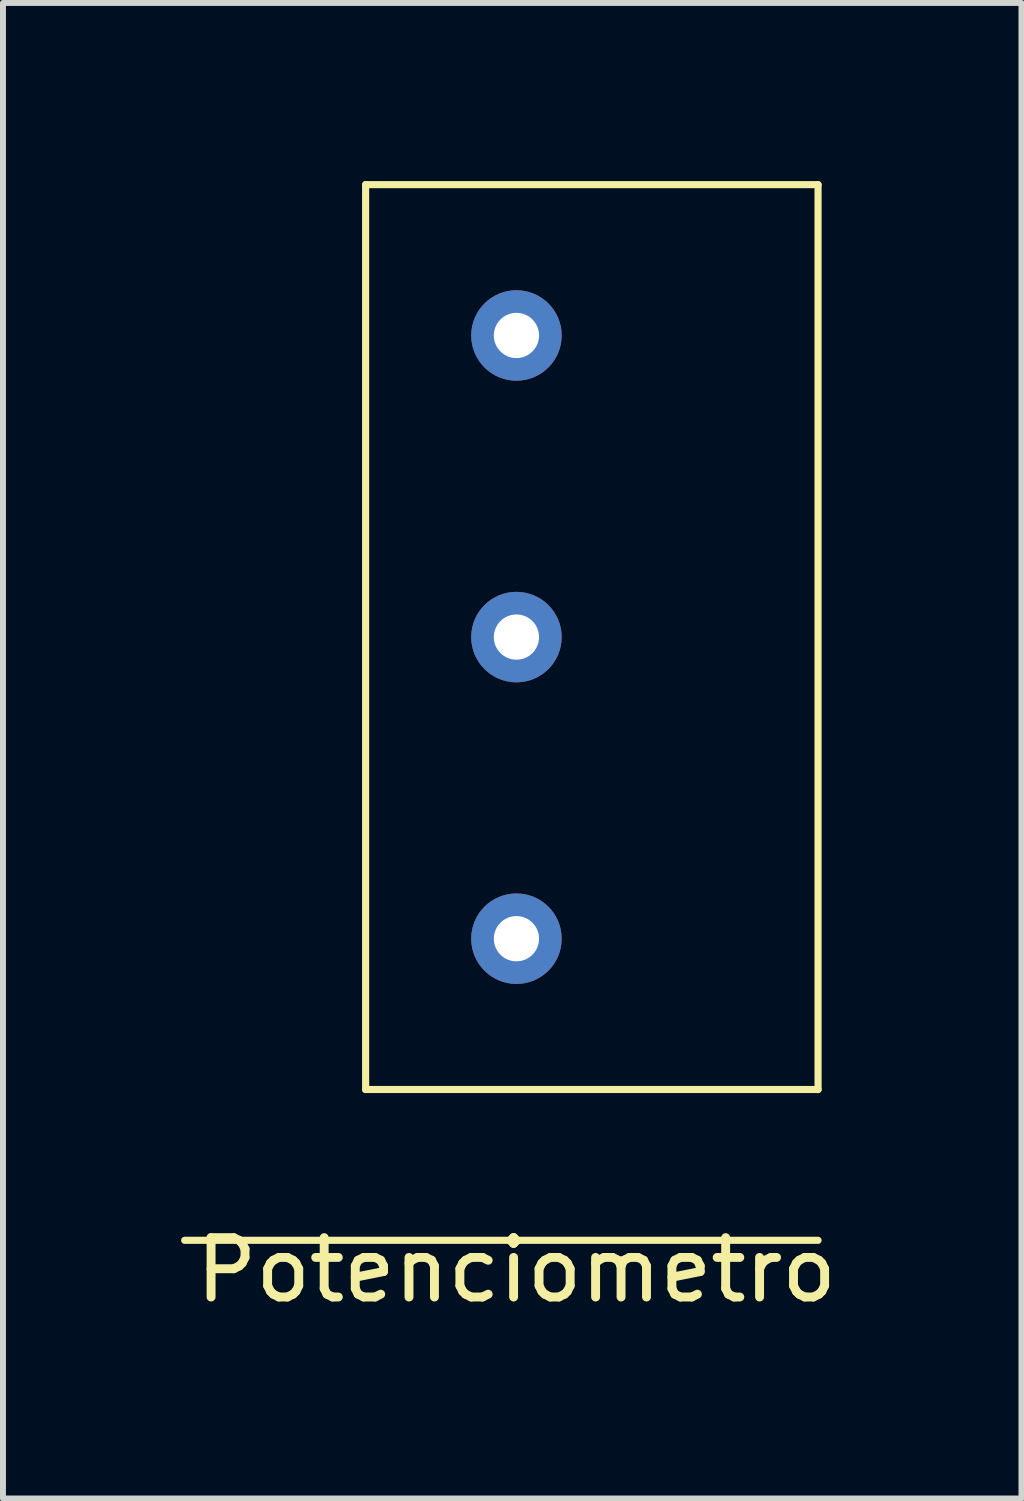
<source format=kicad_pcb>
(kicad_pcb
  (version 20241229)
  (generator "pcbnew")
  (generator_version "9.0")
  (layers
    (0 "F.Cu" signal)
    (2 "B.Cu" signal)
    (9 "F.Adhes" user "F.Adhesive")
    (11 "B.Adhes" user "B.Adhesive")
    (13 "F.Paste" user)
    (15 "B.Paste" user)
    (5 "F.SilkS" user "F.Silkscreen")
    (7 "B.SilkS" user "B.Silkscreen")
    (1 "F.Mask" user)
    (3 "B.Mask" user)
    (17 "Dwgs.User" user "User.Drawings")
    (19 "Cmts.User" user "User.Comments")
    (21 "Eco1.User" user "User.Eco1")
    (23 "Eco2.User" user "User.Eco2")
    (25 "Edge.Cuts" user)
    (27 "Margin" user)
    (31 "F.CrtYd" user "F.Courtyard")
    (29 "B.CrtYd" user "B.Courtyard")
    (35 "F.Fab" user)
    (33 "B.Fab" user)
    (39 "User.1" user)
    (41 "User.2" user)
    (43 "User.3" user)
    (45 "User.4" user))
  (footprint "Potenciometro"
    (layer "F.Cu")
    (at 5.648 17.84)
    (property "Reference" "Potenciometro" (at 0 0.5 0) (layer "F.SilkS") (effects (font (size 1 1) (thickness 0.15))))
    (attr through_hole)
    (fp_line (start -2.54 -17.78) (end 5.08 -17.78) (stroke (width 0.12) (type solid)) (layer "F.SilkS"))
    (fp_line (start -2.54 -2.54) (end -2.54 -17.78) (stroke (width 0.12) (type solid)) (layer "F.SilkS"))
    (fp_line (start 5.08 -17.78) (end 5.08 -2.54) (stroke (width 0.12) (type solid)) (layer "F.SilkS"))
    (fp_line (start 5.08 -2.54) (end -2.54 -2.54) (stroke (width 0.12) (type solid)) (layer "F.SilkS"))
    (fp_line (start 5.08 0) (end -5.588 0) (stroke (width 0.12) (type solid)) (layer "F.SilkS"))
    (pad "1" thru_hole circle (at 0 -15.24) (size 1.524 1.524) (drill 0.762) (layers "*.Cu" "*.Mask"))
    (pad "2" thru_hole circle (at 0 -10.16) (size 1.524 1.524) (drill 0.762) (layers "*.Cu" "*.Mask"))
    (pad "3" thru_hole circle (at 0 -5.08) (size 1.524 1.524) (drill 0.762) (layers "*.Cu" "*.Mask")))
  (gr_rect
    (start -3 -3)
    (end 14.154 22.188)
    (stroke (width 0.1) (type default))
    (fill no)
    (layer "Edge.Cuts")))
</source>
